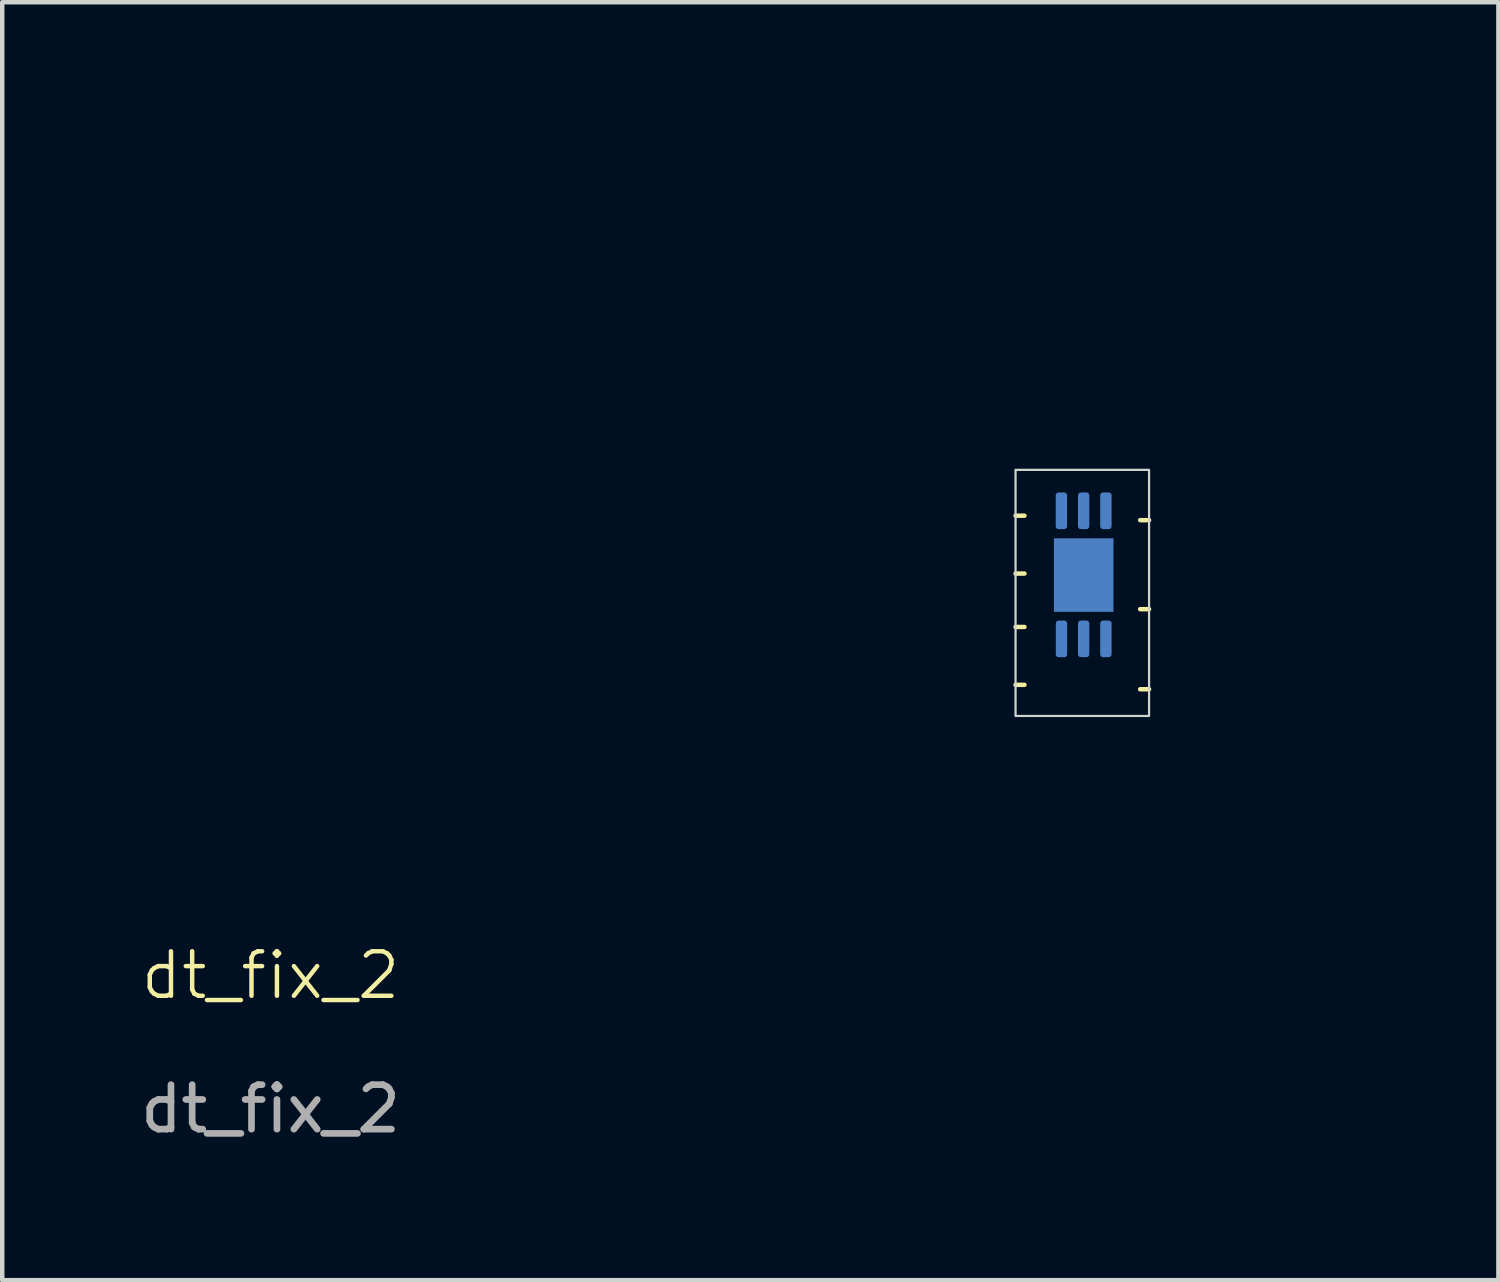
<source format=kicad_pcb>
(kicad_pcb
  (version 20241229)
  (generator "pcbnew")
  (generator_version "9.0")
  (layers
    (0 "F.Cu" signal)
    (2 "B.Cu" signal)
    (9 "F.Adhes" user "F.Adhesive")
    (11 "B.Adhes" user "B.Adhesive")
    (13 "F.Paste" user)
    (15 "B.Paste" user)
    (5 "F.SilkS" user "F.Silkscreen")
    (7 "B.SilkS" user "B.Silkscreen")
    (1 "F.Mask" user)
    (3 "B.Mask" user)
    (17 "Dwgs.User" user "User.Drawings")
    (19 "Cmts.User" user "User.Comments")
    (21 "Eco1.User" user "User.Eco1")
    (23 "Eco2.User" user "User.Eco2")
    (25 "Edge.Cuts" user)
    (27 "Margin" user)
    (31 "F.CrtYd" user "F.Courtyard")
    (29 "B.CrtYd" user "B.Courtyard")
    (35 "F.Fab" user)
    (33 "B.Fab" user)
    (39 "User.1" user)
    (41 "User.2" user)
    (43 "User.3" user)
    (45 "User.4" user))
  (footprint "dt_fix_2"
    (layer "F.Cu")
    (at 21.27 9.938)
    (property "Reference" "dt_fix_2" (at -18.24 8.93 0) (unlocked yes) (layer "F.SilkS") (effects (font (size 1 1) (thickness 0.1))))
    (attr smd)
    (fp_line (start -1.5 -1.4) (end -1.3 -1.4) (stroke (width 0.1) (type default)) (layer "F.SilkS"))
    (fp_line (start -1.5 -0.1) (end -1.3 -0.1) (stroke (width 0.1) (type default)) (layer "F.SilkS"))
    (fp_line (start -1.5 1.1) (end -1.3 1.1) (stroke (width 0.1) (type default)) (layer "F.SilkS"))
    (fp_line (start -1.5 2.4) (end -1.3 2.4) (stroke (width 0.1) (type default)) (layer "F.SilkS"))
    (fp_line (start 1.5 -1.3) (end 1.3 -1.3) (stroke (width 0.1) (type default)) (layer "F.SilkS"))
    (fp_line (start 1.5 0.7) (end 1.3 0.7) (stroke (width 0.1) (type default)) (layer "F.SilkS"))
    (fp_line (start 1.5 2.5) (end 1.3 2.5) (stroke (width 0.1) (type default)) (layer "F.SilkS"))
    (fp_rect (start -1.5 -2.43) (end 1.5 3.1) (stroke (width 0.05) (type default)) (fill no) (layer "Edge.Cuts"))
    (fp_poly (pts (xy -4.183 -8.868) (xy -4.413 -8.868) (xy -4.413 -9.178) (xy -4.183 -9.178)) (stroke (width 0.1) (type solid)) (fill no) (layer "User.1"))
    (fp_poly (pts (xy -3.803 -9.178) (xy -4.413 -9.178) (xy -4.413 -9.888) (xy -3.803 -9.888)) (stroke (width 0.1) (type solid)) (fill no) (layer "User.1"))
    (fp_poly (pts (xy -3.803 -3.278) (xy -4.413 -3.278) (xy -4.413 -4.548) (xy -3.803 -4.548)) (stroke (width 0.1) (type solid)) (fill no) (layer "User.1"))
    (fp_poly (pts (xy -2.533 -9.178) (xy -3.143 -9.178) (xy -3.143 -9.888) (xy -2.533 -9.888)) (stroke (width 0.1) (type solid)) (fill no) (layer "User.1"))
    (fp_poly (pts (xy -2.533 -5.368) (xy -4.183 -5.368) (xy -4.183 -9.178) (xy -2.533 -9.178)) (stroke (width 0.1) (type solid)) (fill no) (layer "User.1"))
    (fp_poly (pts (xy -2.533 -3.278) (xy -3.143 -3.278) (xy -3.143 -4.548) (xy -2.533 -4.548)) (stroke (width 0.1) (type solid)) (fill no) (layer "User.1"))
    (fp_poly (pts (xy -1.263 -9.178) (xy -1.873 -9.178) (xy -1.873 -9.888) (xy -1.263 -9.888)) (stroke (width 0.1) (type solid)) (fill no) (layer "User.1"))
    (fp_poly (pts (xy -1.263 -3.278) (xy -1.873 -3.278) (xy -1.873 -4.548) (xy -1.263 -4.548)) (stroke (width 0.1) (type solid)) (fill no) (layer "User.1"))
    (fp_poly (pts (xy -0.223 -5.368) (xy -1.873 -5.368) (xy -1.873 -9.178) (xy -0.223 -9.178)) (stroke (width 0.1) (type solid)) (fill no) (layer "User.1"))
    (fp_poly (pts (xy 0.007 -9.178) (xy -0.603 -9.178) (xy -0.603 -9.888) (xy 0.007 -9.888)) (stroke (width 0.1) (type solid)) (fill no) (layer "User.1"))
    (fp_poly (pts (xy 0.007 -8.868) (xy -0.223 -8.868) (xy -0.223 -9.178) (xy 0.007 -9.178)) (stroke (width 0.1) (type solid)) (fill no) (layer "User.1"))
    (fp_poly (pts (xy 0.007 -3.278) (xy -0.603 -3.278) (xy -0.603 -4.548) (xy 0.007 -4.548)) (stroke (width 0.1) (type solid)) (fill no) (layer "User.1"))
    (fp_poly (pts (xy -6.497 -1.239) (xy -6.509 -1.182) (xy -6.541 -1.133) (xy -6.59 -1.101) (xy -6.647 -1.089) (xy -8.297 -1.089) (xy -8.355 -1.101) (xy -8.404 -1.133) (xy -8.436 -1.182) (xy -8.447 -1.239) (xy -8.447 -1.539) (xy -8.436 -1.597) (xy -8.404 -1.645) (xy -8.355 -1.678) (xy -8.297 -1.689) (xy -6.647 -1.689) (xy -6.59 -1.678) (xy -6.541 -1.645) (xy -6.509 -1.597) (xy -6.497 -1.539)) (stroke (width 0.1) (type solid)) (fill no) (layer "User.1"))
    (fp_poly (pts (xy -6.497 0.031) (xy -6.509 0.088) (xy -6.541 0.137) (xy -6.59 0.169) (xy -6.647 0.181) (xy -8.297 0.181) (xy -8.355 0.169) (xy -8.404 0.137) (xy -8.436 0.088) (xy -8.447 0.031) (xy -8.447 -0.269) (xy -8.436 -0.327) (xy -8.404 -0.375) (xy -8.355 -0.408) (xy -8.297 -0.419) (xy -6.647 -0.419) (xy -6.59 -0.408) (xy -6.541 -0.375) (xy -6.509 -0.327) (xy -6.497 -0.269)) (stroke (width 0.1) (type solid)) (fill no) (layer "User.1"))
    (fp_poly (pts (xy -6.497 1.301) (xy -6.509 1.358) (xy -6.541 1.407) (xy -6.59 1.439) (xy -6.647 1.451) (xy -8.297 1.451) (xy -8.355 1.439) (xy -8.404 1.407) (xy -8.436 1.358) (xy -8.447 1.301) (xy -8.447 1.001) (xy -8.436 0.943) (xy -8.404 0.895) (xy -8.355 0.862) (xy -8.297 0.851) (xy -6.647 0.851) (xy -6.59 0.862) (xy -6.541 0.895) (xy -6.509 0.943) (xy -6.497 1.001)) (stroke (width 0.1) (type solid)) (fill no) (layer "User.1"))
    (fp_poly (pts (xy -6.497 2.571) (xy -6.509 2.628) (xy -6.541 2.677) (xy -6.59 2.709) (xy -6.647 2.721) (xy -8.297 2.721) (xy -8.355 2.709) (xy -8.404 2.677) (xy -8.436 2.628) (xy -8.447 2.571) (xy -8.447 2.271) (xy -8.436 2.213) (xy -8.404 2.165) (xy -8.355 2.132) (xy -8.297 2.121) (xy -6.647 2.121) (xy -6.59 2.132) (xy -6.541 2.165) (xy -6.509 2.213) (xy -6.497 2.271)) (stroke (width 0.1) (type solid)) (fill no) (layer "User.1"))
    (fp_poly (pts (xy -6.497 3.841) (xy -6.509 3.898) (xy -6.541 3.947) (xy -6.59 3.979) (xy -6.647 3.991) (xy -8.297 3.991) (xy -8.355 3.979) (xy -8.404 3.947) (xy -8.436 3.898) (xy -8.447 3.841) (xy -8.447 3.541) (xy -8.436 3.483) (xy -8.404 3.435) (xy -8.355 3.402) (xy -8.297 3.391) (xy -6.647 3.391) (xy -6.59 3.402) (xy -6.541 3.435) (xy -6.509 3.483) (xy -6.497 3.541)) (stroke (width 0.1) (type solid)) (fill no) (layer "User.1"))
    (fp_poly (pts (xy -6.497 5.111) (xy -6.509 5.168) (xy -6.541 5.217) (xy -6.59 5.249) (xy -6.647 5.261) (xy -8.297 5.261) (xy -8.355 5.249) (xy -8.404 5.217) (xy -8.436 5.168) (xy -8.447 5.111) (xy -8.447 4.811) (xy -8.436 4.753) (xy -8.404 4.705) (xy -8.355 4.672) (xy -8.297 4.661) (xy -6.647 4.661) (xy -6.59 4.672) (xy -6.541 4.705) (xy -6.509 4.753) (xy -6.497 4.811)) (stroke (width 0.1) (type solid)) (fill no) (layer "User.1"))
    (fp_poly (pts (xy -6.497 6.381) (xy -6.509 6.438) (xy -6.541 6.487) (xy -6.59 6.519) (xy -6.647 6.531) (xy -8.297 6.531) (xy -8.355 6.519) (xy -8.404 6.487) (xy -8.436 6.438) (xy -8.447 6.381) (xy -8.447 6.081) (xy -8.436 6.023) (xy -8.404 5.975) (xy -8.355 5.942) (xy -8.297 5.931) (xy -6.647 5.931) (xy -6.59 5.942) (xy -6.541 5.975) (xy -6.509 6.023) (xy -6.497 6.081)) (stroke (width 0.1) (type solid)) (fill no) (layer "User.1"))
    (fp_poly (pts (xy -6.25 -5.359) (xy -6.154 -5.34) (xy -6.073 -5.286) (xy -6.019 -5.204) (xy -6 -5.109) (xy -6 -4.584) (xy -6.019 -4.488) (xy -6.073 -4.407) (xy -6.154 -4.353) (xy -6.25 -4.334) (xy -7.15 -4.334) (xy -7.246 -4.353) (xy -7.327 -4.407) (xy -7.381 -4.488) (xy -7.4 -4.584) (xy -7.4 -5.109) (xy -7.381 -5.204) (xy -7.327 -5.286) (xy -7.246 -5.34) (xy -7.15 -5.359)) (stroke (width 0.1) (type solid)) (fill no) (layer "User.1"))
    (fp_poly (pts (xy -6.25 -3.534) (xy -6.154 -3.515) (xy -6.073 -3.461) (xy -6.019 -3.379) (xy -6 -3.284) (xy -6 -2.759) (xy -6.019 -2.663) (xy -6.073 -2.582) (xy -6.154 -2.528) (xy -6.25 -2.509) (xy -7.15 -2.509) (xy -7.246 -2.528) (xy -7.327 -2.582) (xy -7.381 -2.663) (xy -7.4 -2.759) (xy -7.4 -3.284) (xy -7.381 -3.379) (xy -7.327 -3.461) (xy -7.246 -3.515) (xy -7.15 -3.534)) (stroke (width 0.1) (type solid)) (fill no) (layer "User.1"))
    (fp_poly (pts (xy -1.547 -1.239) (xy -1.559 -1.182) (xy -1.591 -1.133) (xy -1.64 -1.101) (xy -1.697 -1.089) (xy -3.347 -1.089) (xy -3.405 -1.101) (xy -3.454 -1.133) (xy -3.486 -1.182) (xy -3.497 -1.239) (xy -3.497 -1.539) (xy -3.486 -1.597) (xy -3.454 -1.645) (xy -3.405 -1.678) (xy -3.347 -1.689) (xy -1.697 -1.689) (xy -1.64 -1.678) (xy -1.591 -1.645) (xy -1.559 -1.597) (xy -1.547 -1.539)) (stroke (width 0.1) (type solid)) (fill no) (layer "User.1"))
    (fp_poly (pts (xy -1.547 0.031) (xy -1.559 0.088) (xy -1.591 0.137) (xy -1.64 0.169) (xy -1.697 0.181) (xy -3.347 0.181) (xy -3.405 0.169) (xy -3.454 0.137) (xy -3.486 0.088) (xy -3.497 0.031) (xy -3.497 -0.269) (xy -3.486 -0.327) (xy -3.454 -0.375) (xy -3.405 -0.408) (xy -3.347 -0.419) (xy -1.697 -0.419) (xy -1.64 -0.408) (xy -1.591 -0.375) (xy -1.559 -0.327) (xy -1.547 -0.269)) (stroke (width 0.1) (type solid)) (fill no) (layer "User.1"))
    (fp_poly (pts (xy -1.547 1.301) (xy -1.559 1.358) (xy -1.591 1.407) (xy -1.64 1.439) (xy -1.697 1.451) (xy -3.347 1.451) (xy -3.405 1.439) (xy -3.454 1.407) (xy -3.486 1.358) (xy -3.497 1.301) (xy -3.497 1.001) (xy -3.486 0.943) (xy -3.454 0.895) (xy -3.405 0.862) (xy -3.347 0.851) (xy -1.697 0.851) (xy -1.64 0.862) (xy -1.591 0.895) (xy -1.559 0.943) (xy -1.547 1.001)) (stroke (width 0.1) (type solid)) (fill no) (layer "User.1"))
    (fp_poly (pts (xy -1.547 2.571) (xy -1.559 2.628) (xy -1.591 2.677) (xy -1.64 2.709) (xy -1.697 2.721) (xy -3.347 2.721) (xy -3.405 2.709) (xy -3.454 2.677) (xy -3.486 2.628) (xy -3.497 2.571) (xy -3.497 2.271) (xy -3.486 2.213) (xy -3.454 2.165) (xy -3.405 2.132) (xy -3.347 2.121) (xy -1.697 2.121) (xy -1.64 2.132) (xy -1.591 2.165) (xy -1.559 2.213) (xy -1.547 2.271)) (stroke (width 0.1) (type solid)) (fill no) (layer "User.1"))
    (fp_poly (pts (xy -1.547 3.841) (xy -1.559 3.898) (xy -1.591 3.947) (xy -1.64 3.979) (xy -1.697 3.991) (xy -3.347 3.991) (xy -3.405 3.979) (xy -3.454 3.947) (xy -3.486 3.898) (xy -3.497 3.841) (xy -3.497 3.541) (xy -3.486 3.483) (xy -3.454 3.435) (xy -3.405 3.402) (xy -3.347 3.391) (xy -1.697 3.391) (xy -1.64 3.402) (xy -1.591 3.435) (xy -1.559 3.483) (xy -1.547 3.541)) (stroke (width 0.1) (type solid)) (fill no) (layer "User.1"))
    (fp_poly (pts (xy -1.547 5.111) (xy -1.559 5.168) (xy -1.591 5.217) (xy -1.64 5.249) (xy -1.697 5.261) (xy -3.347 5.261) (xy -3.405 5.249) (xy -3.454 5.217) (xy -3.486 5.168) (xy -3.497 5.111) (xy -3.497 4.811) (xy -3.486 4.753) (xy -3.454 4.705) (xy -3.405 4.672) (xy -3.347 4.661) (xy -1.697 4.661) (xy -1.64 4.672) (xy -1.591 4.705) (xy -1.559 4.753) (xy -1.547 4.811)) (stroke (width 0.1) (type solid)) (fill no) (layer "User.1"))
    (fp_poly (pts (xy -1.547 6.381) (xy -1.559 6.438) (xy -1.591 6.487) (xy -1.64 6.519) (xy -1.697 6.531) (xy -3.347 6.531) (xy -3.405 6.519) (xy -3.454 6.487) (xy -3.486 6.438) (xy -3.497 6.381) (xy -3.497 6.081) (xy -3.486 6.023) (xy -3.454 5.975) (xy -3.405 5.942) (xy -3.347 5.931) (xy -1.697 5.931) (xy -1.64 5.942) (xy -1.591 5.975) (xy -1.559 6.023) (xy -1.547 6.081)) (stroke (width 0.1) (type solid)) (fill no) (layer "User.1"))
    (fp_poly (pts (xy 1.553 -5.649) (xy 1.572 -5.745) (xy 1.626 -5.826) (xy 1.707 -5.88) (xy 1.803 -5.899) (xy 2.328 -5.899) (xy 2.424 -5.88) (xy 2.505 -5.826) (xy 2.559 -5.745) (xy 2.578 -5.649) (xy 2.578 -4.749) (xy 2.559 -4.654) (xy 2.505 -4.573) (xy 2.424 -4.518) (xy 2.328 -4.499) (xy 1.803 -4.499) (xy 1.707 -4.518) (xy 1.626 -4.573) (xy 1.572 -4.654) (xy 1.553 -4.749)) (stroke (width 0.1) (type solid)) (fill no) (layer "User.1"))
    (fp_poly (pts (xy 1.579 -3.693) (xy 1.598 -3.789) (xy 1.652 -3.87) (xy 1.733 -3.924) (xy 1.829 -3.943) (xy 2.329 -3.943) (xy 2.425 -3.924) (xy 2.506 -3.87) (xy 2.56 -3.789) (xy 2.579 -3.693) (xy 2.579 -2.743) (xy 2.56 -2.648) (xy 2.506 -2.566) (xy 2.425 -2.512) (xy 2.329 -2.493) (xy 1.829 -2.493) (xy 1.733 -2.512) (xy 1.652 -2.566) (xy 1.598 -2.648) (xy 1.579 -2.743)) (stroke (width 0.1) (type solid)) (fill no) (layer "User.1"))
    (fp_poly (pts (xy 1.604 0.294) (xy 1.623 0.199) (xy 1.677 0.117) (xy 1.758 0.063) (xy 1.854 0.044) (xy 2.379 0.044) (xy 2.475 0.063) (xy 2.556 0.117) (xy 2.61 0.199) (xy 2.629 0.294) (xy 2.629 1.194) (xy 2.61 1.29) (xy 2.556 1.371) (xy 2.475 1.425) (xy 2.379 1.444) (xy 1.854 1.444) (xy 1.758 1.425) (xy 1.677 1.371) (xy 1.623 1.29) (xy 1.604 1.194)) (stroke (width 0.1) (type solid)) (fill no) (layer "User.1"))
    (fp_poly (pts (xy 1.85 -8.321) (xy 1.754 -8.34) (xy 1.673 -8.395) (xy 1.619 -8.476) (xy 1.6 -8.571) (xy 1.6 -9.096) (xy 1.619 -9.192) (xy 1.673 -9.273) (xy 1.754 -9.327) (xy 1.85 -9.346) (xy 2.75 -9.346) (xy 2.846 -9.327) (xy 2.927 -9.273) (xy 2.981 -9.192) (xy 3 -9.096) (xy 3 -8.571) (xy 2.981 -8.476) (xy 2.927 -8.395) (xy 2.846 -8.34) (xy 2.75 -8.321)) (stroke (width 0.1) (type solid)) (fill no) (layer "User.1"))
    (fp_poly (pts (xy 1.85 -6.496) (xy 1.754 -6.515) (xy 1.673 -6.57) (xy 1.619 -6.651) (xy 1.6 -6.746) (xy 1.6 -7.271) (xy 1.619 -7.367) (xy 1.673 -7.448) (xy 1.754 -7.502) (xy 1.85 -7.521) (xy 2.75 -7.521) (xy 2.846 -7.502) (xy 2.927 -7.448) (xy 2.981 -7.367) (xy 3 -7.271) (xy 3 -6.746) (xy 2.981 -6.651) (xy 2.927 -6.57) (xy 2.846 -6.515) (xy 2.75 -6.496)) (stroke (width 0.1) (type solid)) (fill no) (layer "User.1"))
    (fp_poly (pts (xy 2.629 -0.787) (xy 2.61 -0.691) (xy 2.556 -0.61) (xy 2.475 -0.556) (xy 2.379 -0.537) (xy 1.854 -0.537) (xy 1.758 -0.556) (xy 1.677 -0.61) (xy 1.623 -0.691) (xy 1.604 -0.787) (xy 1.604 -1.687) (xy 1.623 -1.783) (xy 1.677 -1.864) (xy 1.758 -1.918) (xy 1.854 -1.937) (xy 2.379 -1.937) (xy 2.475 -1.918) (xy 2.556 -1.864) (xy 2.61 -1.783) (xy 2.629 -1.687)) (stroke (width 0.1) (type solid)) (fill no) (layer "User.1"))
    (fp_poly (pts (xy 2.768 2.012) (xy 2.863 2.031) (xy 2.945 2.085) (xy 2.999 2.166) (xy 3.018 2.262) (xy 3.018 2.787) (xy 2.999 2.882) (xy 2.945 2.963) (xy 2.863 3.018) (xy 2.768 3.037) (xy 1.868 3.037) (xy 1.772 3.018) (xy 1.691 2.963) (xy 1.637 2.882) (xy 1.618 2.787) (xy 1.618 2.262) (xy 1.637 2.166) (xy 1.691 2.085) (xy 1.772 2.031) (xy 1.868 2.012)) (stroke (width 0.1) (type solid)) (fill no) (layer "User.1"))
    (fp_poly (pts (xy 2.768 3.837) (xy 2.863 3.856) (xy 2.945 3.91) (xy 2.999 3.991) (xy 3.018 4.087) (xy 3.018 4.612) (xy 2.999 4.707) (xy 2.945 4.788) (xy 2.863 4.843) (xy 2.768 4.862) (xy 1.868 4.862) (xy 1.772 4.843) (xy 1.691 4.788) (xy 1.637 4.707) (xy 1.618 4.612) (xy 1.618 4.087) (xy 1.637 3.991) (xy 1.691 3.91) (xy 1.772 3.856) (xy 1.868 3.837)) (stroke (width 0.1) (type solid)) (fill no) (layer "User.1"))
    (fp_poly (pts (xy 3.378 -5.649) (xy 3.397 -5.745) (xy 3.451 -5.826) (xy 3.532 -5.88) (xy 3.628 -5.899) (xy 4.153 -5.899) (xy 4.249 -5.88) (xy 4.33 -5.826) (xy 4.384 -5.745) (xy 4.403 -5.649) (xy 4.403 -4.749) (xy 4.384 -4.654) (xy 4.33 -4.573) (xy 4.249 -4.518) (xy 4.153 -4.499) (xy 3.628 -4.499) (xy 3.532 -4.518) (xy 3.451 -4.573) (xy 3.397 -4.654) (xy 3.378 -4.749)) (stroke (width 0.1) (type solid)) (fill no) (layer "User.1"))
    (fp_poly (pts (xy 3.429 0.294) (xy 3.448 0.199) (xy 3.502 0.117) (xy 3.583 0.063) (xy 3.679 0.044) (xy 4.204 0.044) (xy 4.3 0.063) (xy 4.381 0.117) (xy 4.435 0.199) (xy 4.454 0.294) (xy 4.454 1.194) (xy 4.435 1.29) (xy 4.381 1.371) (xy 4.3 1.425) (xy 4.204 1.444) (xy 3.679 1.444) (xy 3.583 1.425) (xy 3.502 1.371) (xy 3.448 1.29) (xy 3.429 1.194)) (stroke (width 0.1) (type solid)) (fill no) (layer "User.1"))
    (fp_poly (pts (xy 3.479 -3.693) (xy 3.498 -3.789) (xy 3.552 -3.87) (xy 3.633 -3.924) (xy 3.729 -3.943) (xy 4.229 -3.943) (xy 4.325 -3.924) (xy 4.406 -3.87) (xy 4.46 -3.789) (xy 4.479 -3.693) (xy 4.479 -2.743) (xy 4.46 -2.648) (xy 4.406 -2.566) (xy 4.325 -2.512) (xy 4.229 -2.493) (xy 3.729 -2.493) (xy 3.633 -2.512) (xy 3.552 -2.566) (xy 3.498 -2.648) (xy 3.479 -2.743)) (stroke (width 0.1) (type solid)) (fill no) (layer "User.1"))
    (fp_poly (pts (xy 3.95 -6.496) (xy 3.893 -6.508) (xy 3.844 -6.54) (xy 3.811 -6.589) (xy 3.8 -6.646) (xy 3.8 -7.821) (xy 3.811 -7.879) (xy 3.844 -7.927) (xy 3.893 -7.96) (xy 3.95 -7.971) (xy 4.25 -7.971) (xy 4.307 -7.96) (xy 4.356 -7.927) (xy 4.389 -7.879) (xy 4.4 -7.821) (xy 4.4 -6.646) (xy 4.389 -6.589) (xy 4.356 -6.54) (xy 4.307 -6.508) (xy 4.25 -6.496)) (stroke (width 0.1) (type solid)) (fill no) (layer "User.1"))
    (fp_poly (pts (xy 4.454 -0.787) (xy 4.435 -0.691) (xy 4.381 -0.61) (xy 4.3 -0.556) (xy 4.204 -0.537) (xy 3.679 -0.537) (xy 3.583 -0.556) (xy 3.502 -0.61) (xy 3.448 -0.691) (xy 3.429 -0.787) (xy 3.429 -1.687) (xy 3.448 -1.783) (xy 3.502 -1.864) (xy 3.583 -1.918) (xy 3.679 -1.937) (xy 4.204 -1.937) (xy 4.3 -1.918) (xy 4.381 -1.864) (xy 4.435 -1.783) (xy 4.454 -1.687)) (stroke (width 0.1) (type solid)) (fill no) (layer "User.1"))
    (fp_poly (pts (xy 5.85 -6.496) (xy 5.793 -6.508) (xy 5.744 -6.54) (xy 5.711 -6.589) (xy 5.7 -6.646) (xy 5.7 -7.821) (xy 5.711 -7.879) (xy 5.744 -7.927) (xy 5.793 -7.96) (xy 5.85 -7.971) (xy 6.15 -7.971) (xy 6.207 -7.96) (xy 6.256 -7.927) (xy 6.289 -7.879) (xy 6.3 -7.821) (xy 6.3 -6.646) (xy 6.289 -6.589) (xy 6.256 -6.54) (xy 6.207 -6.508) (xy 6.15 -6.496)) (stroke (width 0.1) (type solid)) (fill no) (layer "User.1"))
    (fp_text user "${REFERENCE}" (at -18.24 11.93 0) (unlocked yes) (layer "F.Fab") (effects (font (size 1 1) (thickness 0.15))))
    (pad "1" smd roundrect (at -0.468 1.368 90) (size 0.823 0.255) (layers "B.Cu" "B.Mask" "B.Paste") (roundrect_rratio 0.25))
    (pad "2" smd roundrect (at 0.03 1.368 90) (size 0.823 0.255) (layers "B.Cu" "B.Mask" "B.Paste") (roundrect_rratio 0.25))
    (pad "3" smd roundrect (at 0.53 1.368 90) (size 0.823 0.255) (layers "B.Cu" "B.Mask" "B.Paste") (roundrect_rratio 0.25))
    (pad "4" smd roundrect (at 0.53 -1.51 90) (size 0.823 0.255) (layers "B.Cu" "B.Mask" "B.Paste") (roundrect_rratio 0.25))
    (pad "5" smd roundrect (at 0.03 -1.51 90) (size 0.823 0.255) (layers "B.Cu" "B.Mask" "B.Paste") (roundrect_rratio 0.25))
    (pad "6" smd roundrect (at -0.47 -1.51 90) (size 0.823 0.255) (layers "B.Cu" "B.Mask" "B.Paste") (roundrect_rratio 0.25))
    (pad "7" smd rect (at 0.031 -0.066 90) (size 1.652 1.338) (layers "B.Cu" "B.Mask" "B.Paste")))
  (gr_rect
    (start -3 -3)
    (end 30.62 25.716)
    (stroke (width 0.1) (type default))
    (fill no)
    (layer "Edge.Cuts")))
</source>
